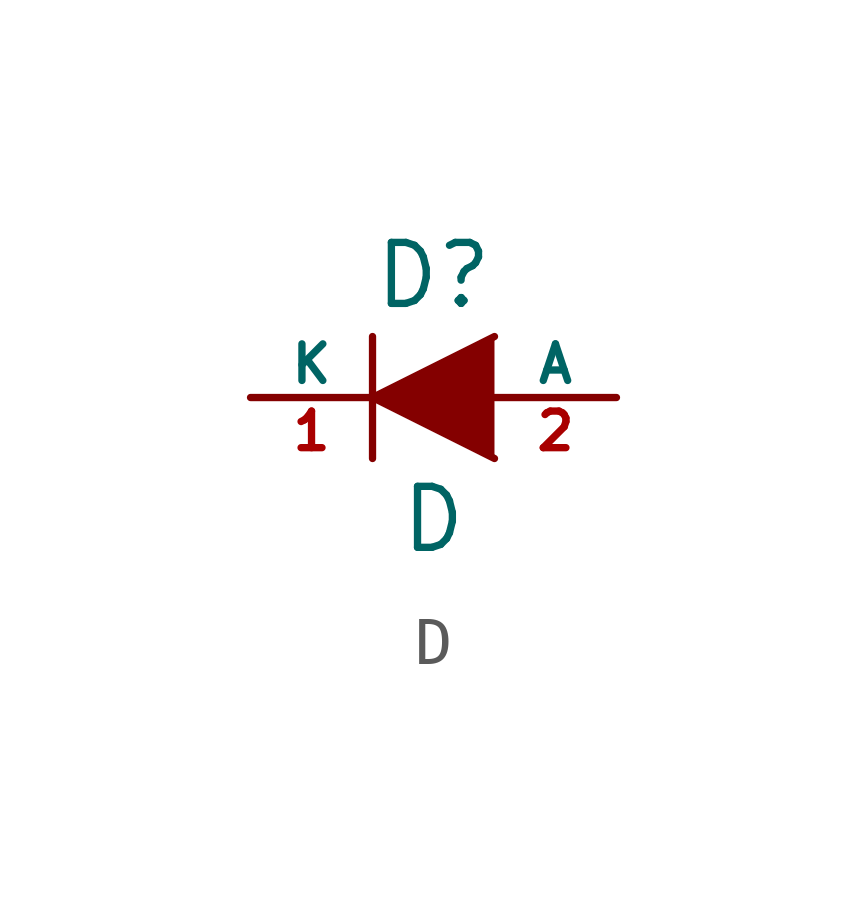
<source format=kicad_sym>
(kicad_symbol_lib
  (version 20201005)
  (generator kicad_symbol_editor)
  (symbol "pic_programmer_schlib:D"
    (pin_names
      (offset 0))
    (property "Reference" "D"
      (at 0 2.54 0)
      (effects (font (size 1.27 1.27))))
    (property "Value" "D"
      (at 0 -2.54 0)
      (effects (font (size 1.27 1.27))))
    (property "Footprint" ""
      (at 0 0 0)
      (effects (font (size 1.524 1.524))))
    (property "Datasheet" ""
      (at 0 0 0)
      (effects (font (size 1.524 1.524))))
    (symbol "D_0_1"
      (polyline (pts (xy -1.27 1.27) (xy -1.27 -1.27)) (stroke (width 0.152)) (fill (type none)))
      (polyline (pts (xy 1.27 1.27) (xy -1.27 0) (xy 1.27 -1.27)) (stroke (width 0)) (fill (type outline))))
    (symbol "D_1_1"
      (pin passive line (at -3.81 0 0) (length 2.54) (name "K" (effects (font (size 0.762 0.762)))) (number "1" (effects (font (size 0.762 0.762)))))
      (pin passive line (at 3.81 0 180) (length 2.54) (name "A" (effects (font (size 0.762 0.762)))) (number "2" (effects (font (size 0.762 0.762))))))))
</source>
